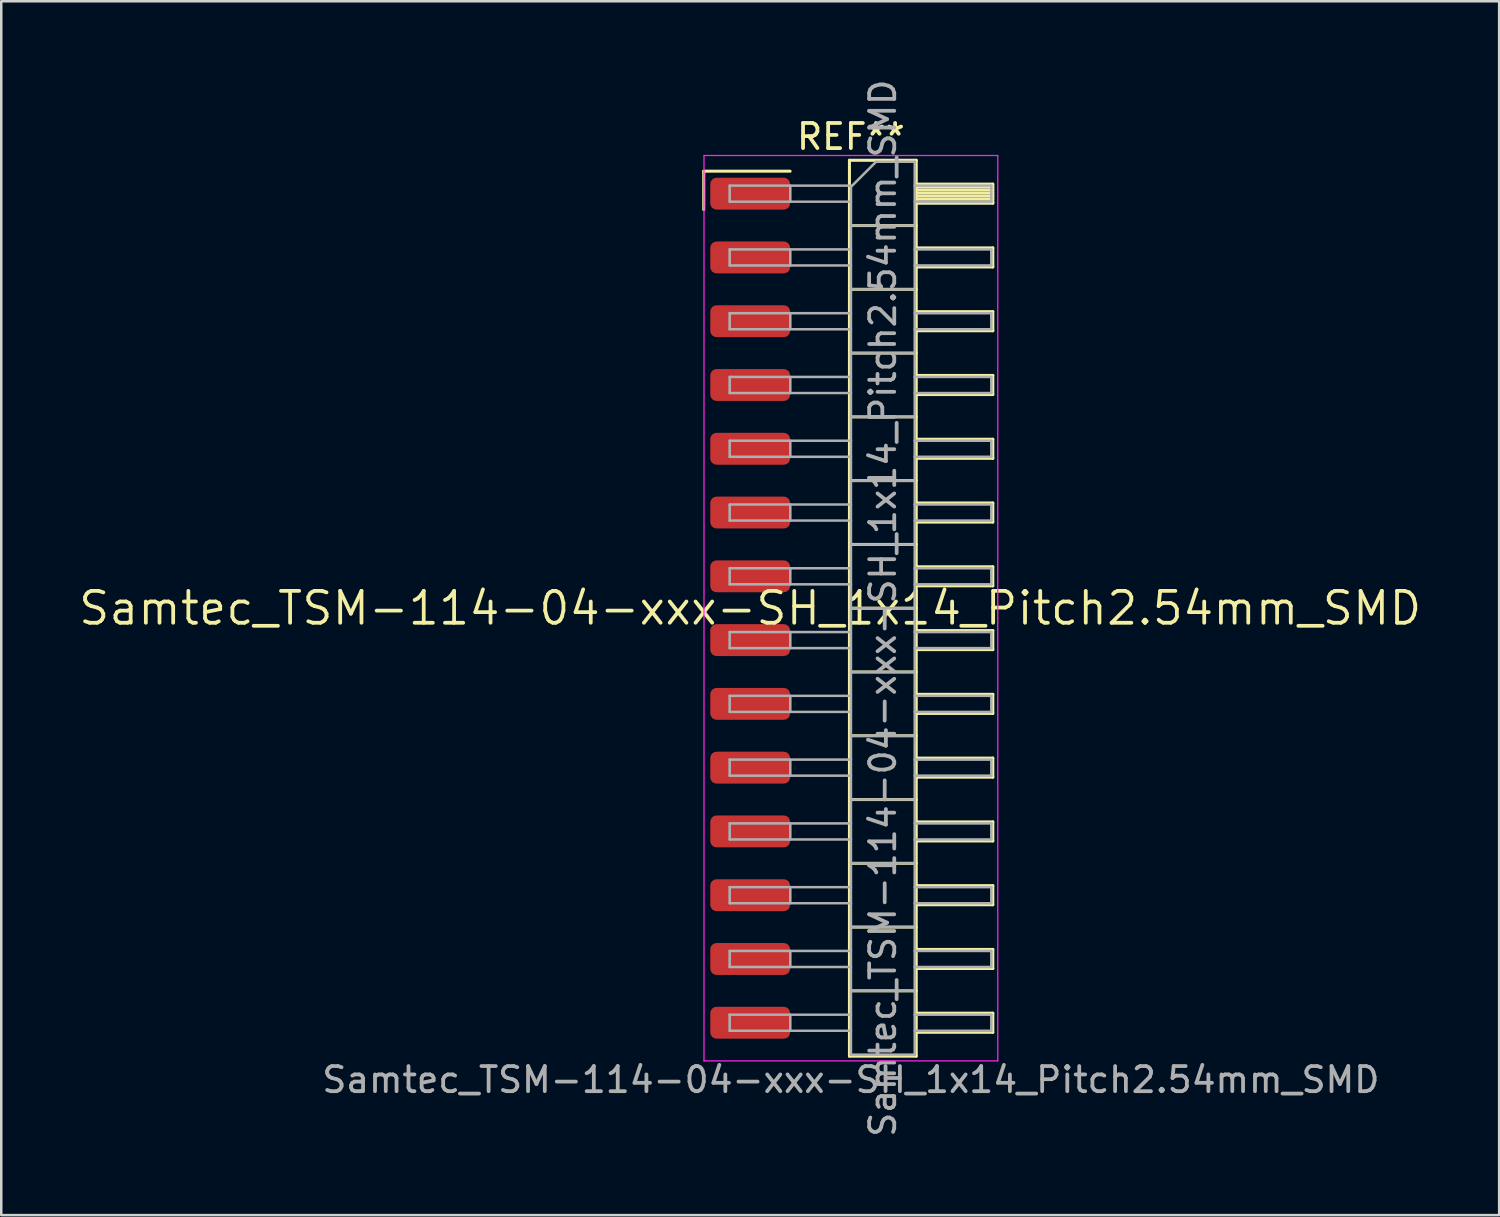
<source format=kicad_pcb>
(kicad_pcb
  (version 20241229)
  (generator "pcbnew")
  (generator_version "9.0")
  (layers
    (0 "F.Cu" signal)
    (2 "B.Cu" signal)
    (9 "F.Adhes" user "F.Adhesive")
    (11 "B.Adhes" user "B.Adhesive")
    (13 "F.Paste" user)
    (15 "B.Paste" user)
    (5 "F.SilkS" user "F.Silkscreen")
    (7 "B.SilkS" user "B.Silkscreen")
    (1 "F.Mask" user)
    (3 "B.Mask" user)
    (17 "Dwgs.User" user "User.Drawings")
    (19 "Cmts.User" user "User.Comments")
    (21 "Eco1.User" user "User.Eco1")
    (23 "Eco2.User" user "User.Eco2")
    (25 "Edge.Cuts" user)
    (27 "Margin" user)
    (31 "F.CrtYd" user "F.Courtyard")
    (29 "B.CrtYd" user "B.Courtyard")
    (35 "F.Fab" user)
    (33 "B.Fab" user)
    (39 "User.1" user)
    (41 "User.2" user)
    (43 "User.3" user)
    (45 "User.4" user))
  (footprint "Samtec_TSM-114-04-xxx-SH_1x14_Pitch2.54mm_SMD"
    (layer "F.Cu")
    (at 26.828 21.173)
    (property "Reference" "Samtec_TSM-114-04-xxx-SH_1x14_Pitch2.54mm_SMD" (at 0 0 0) (layer "F.SilkS") (effects (font (size 1.27 1.27) (thickness 0.15))))
    (attr smd)
    (fp_line (start -1.85 -17.405) (end 1.59 -17.405) (stroke (width 0.12) (type solid)) (layer "F.SilkS"))
    (fp_line (start -1.85 -15.875) (end -1.85 -17.405) (stroke (width 0.12) (type solid)) (layer "F.SilkS"))
    (fp_line (start 3.953 -17.84) (end 6.613 -17.84) (stroke (width 0.12) (type solid)) (layer "F.SilkS"))
    (fp_line (start 3.953 -15.24) (end 6.613 -15.24) (stroke (width 0.12) (type solid)) (layer "F.SilkS"))
    (fp_line (start 3.953 -12.7) (end 6.613 -12.7) (stroke (width 0.12) (type solid)) (layer "F.SilkS"))
    (fp_line (start 3.953 -10.16) (end 6.613 -10.16) (stroke (width 0.12) (type solid)) (layer "F.SilkS"))
    (fp_line (start 3.953 -7.62) (end 6.613 -7.62) (stroke (width 0.12) (type solid)) (layer "F.SilkS"))
    (fp_line (start 3.953 -5.08) (end 6.613 -5.08) (stroke (width 0.12) (type solid)) (layer "F.SilkS"))
    (fp_line (start 3.953 -2.54) (end 6.613 -2.54) (stroke (width 0.12) (type solid)) (layer "F.SilkS"))
    (fp_line (start 3.953 0) (end 6.613 0) (stroke (width 0.12) (type solid)) (layer "F.SilkS"))
    (fp_line (start 3.953 2.54) (end 6.613 2.54) (stroke (width 0.12) (type solid)) (layer "F.SilkS"))
    (fp_line (start 3.953 5.08) (end 6.613 5.08) (stroke (width 0.12) (type solid)) (layer "F.SilkS"))
    (fp_line (start 3.953 7.62) (end 6.613 7.62) (stroke (width 0.12) (type solid)) (layer "F.SilkS"))
    (fp_line (start 3.953 10.16) (end 6.613 10.16) (stroke (width 0.12) (type solid)) (layer "F.SilkS"))
    (fp_line (start 3.953 12.7) (end 6.613 12.7) (stroke (width 0.12) (type solid)) (layer "F.SilkS"))
    (fp_line (start 3.953 15.24) (end 6.613 15.24) (stroke (width 0.12) (type solid)) (layer "F.SilkS"))
    (fp_line (start 3.953 17.84) (end 3.953 -17.84) (stroke (width 0.12) (type solid)) (layer "F.SilkS"))
    (fp_line (start 6.613 -17.84) (end 6.613 17.84) (stroke (width 0.12) (type solid)) (layer "F.SilkS"))
    (fp_line (start 6.613 -16.89) (end 9.663 -16.89) (stroke (width 0.12) (type solid)) (layer "F.SilkS"))
    (fp_line (start 6.613 -16.77) (end 9.663 -16.77) (stroke (width 0.12) (type solid)) (layer "F.SilkS"))
    (fp_line (start 6.613 -16.65) (end 9.663 -16.65) (stroke (width 0.12) (type solid)) (layer "F.SilkS"))
    (fp_line (start 6.613 -16.53) (end 9.663 -16.53) (stroke (width 0.12) (type solid)) (layer "F.SilkS"))
    (fp_line (start 6.613 -16.41) (end 9.663 -16.41) (stroke (width 0.12) (type solid)) (layer "F.SilkS"))
    (fp_line (start 6.613 -16.29) (end 9.663 -16.29) (stroke (width 0.12) (type solid)) (layer "F.SilkS"))
    (fp_line (start 6.613 -16.17) (end 9.663 -16.17) (stroke (width 0.12) (type solid)) (layer "F.SilkS"))
    (fp_line (start 6.613 -16.13) (end 9.663 -16.13) (stroke (width 0.12) (type solid)) (layer "F.SilkS"))
    (fp_line (start 6.613 -14.35) (end 9.663 -14.35) (stroke (width 0.12) (type solid)) (layer "F.SilkS"))
    (fp_line (start 6.613 -13.59) (end 9.663 -13.59) (stroke (width 0.12) (type solid)) (layer "F.SilkS"))
    (fp_line (start 6.613 -11.81) (end 9.663 -11.81) (stroke (width 0.12) (type solid)) (layer "F.SilkS"))
    (fp_line (start 6.613 -11.05) (end 9.663 -11.05) (stroke (width 0.12) (type solid)) (layer "F.SilkS"))
    (fp_line (start 6.613 -9.27) (end 9.663 -9.27) (stroke (width 0.12) (type solid)) (layer "F.SilkS"))
    (fp_line (start 6.613 -8.51) (end 9.663 -8.51) (stroke (width 0.12) (type solid)) (layer "F.SilkS"))
    (fp_line (start 6.613 -6.73) (end 9.663 -6.73) (stroke (width 0.12) (type solid)) (layer "F.SilkS"))
    (fp_line (start 6.613 -5.97) (end 9.663 -5.97) (stroke (width 0.12) (type solid)) (layer "F.SilkS"))
    (fp_line (start 6.613 -4.19) (end 9.663 -4.19) (stroke (width 0.12) (type solid)) (layer "F.SilkS"))
    (fp_line (start 6.613 -3.43) (end 9.663 -3.43) (stroke (width 0.12) (type solid)) (layer "F.SilkS"))
    (fp_line (start 6.613 -1.65) (end 9.663 -1.65) (stroke (width 0.12) (type solid)) (layer "F.SilkS"))
    (fp_line (start 6.613 -0.89) (end 9.663 -0.89) (stroke (width 0.12) (type solid)) (layer "F.SilkS"))
    (fp_line (start 6.613 0.89) (end 9.663 0.89) (stroke (width 0.12) (type solid)) (layer "F.SilkS"))
    (fp_line (start 6.613 1.65) (end 9.663 1.65) (stroke (width 0.12) (type solid)) (layer "F.SilkS"))
    (fp_line (start 6.613 3.43) (end 9.663 3.43) (stroke (width 0.12) (type solid)) (layer "F.SilkS"))
    (fp_line (start 6.613 4.19) (end 9.663 4.19) (stroke (width 0.12) (type solid)) (layer "F.SilkS"))
    (fp_line (start 6.613 5.97) (end 9.663 5.97) (stroke (width 0.12) (type solid)) (layer "F.SilkS"))
    (fp_line (start 6.613 6.73) (end 9.663 6.73) (stroke (width 0.12) (type solid)) (layer "F.SilkS"))
    (fp_line (start 6.613 8.51) (end 9.663 8.51) (stroke (width 0.12) (type solid)) (layer "F.SilkS"))
    (fp_line (start 6.613 9.27) (end 9.663 9.27) (stroke (width 0.12) (type solid)) (layer "F.SilkS"))
    (fp_line (start 6.613 11.05) (end 9.663 11.05) (stroke (width 0.12) (type solid)) (layer "F.SilkS"))
    (fp_line (start 6.613 11.81) (end 9.663 11.81) (stroke (width 0.12) (type solid)) (layer "F.SilkS"))
    (fp_line (start 6.613 13.59) (end 9.663 13.59) (stroke (width 0.12) (type solid)) (layer "F.SilkS"))
    (fp_line (start 6.613 14.35) (end 9.663 14.35) (stroke (width 0.12) (type solid)) (layer "F.SilkS"))
    (fp_line (start 6.613 16.13) (end 9.663 16.13) (stroke (width 0.12) (type solid)) (layer "F.SilkS"))
    (fp_line (start 6.613 16.89) (end 9.663 16.89) (stroke (width 0.12) (type solid)) (layer "F.SilkS"))
    (fp_line (start 6.613 17.84) (end 3.953 17.84) (stroke (width 0.12) (type solid)) (layer "F.SilkS"))
    (fp_line (start 9.663 -16.89) (end 9.663 -16.13) (stroke (width 0.12) (type solid)) (layer "F.SilkS"))
    (fp_line (start 9.663 -14.35) (end 9.663 -13.59) (stroke (width 0.12) (type solid)) (layer "F.SilkS"))
    (fp_line (start 9.663 -11.81) (end 9.663 -11.05) (stroke (width 0.12) (type solid)) (layer "F.SilkS"))
    (fp_line (start 9.663 -9.27) (end 9.663 -8.51) (stroke (width 0.12) (type solid)) (layer "F.SilkS"))
    (fp_line (start 9.663 -6.73) (end 9.663 -5.97) (stroke (width 0.12) (type solid)) (layer "F.SilkS"))
    (fp_line (start 9.663 -4.19) (end 9.663 -3.43) (stroke (width 0.12) (type solid)) (layer "F.SilkS"))
    (fp_line (start 9.663 -1.65) (end 9.663 -0.89) (stroke (width 0.12) (type solid)) (layer "F.SilkS"))
    (fp_line (start 9.663 0.89) (end 9.663 1.65) (stroke (width 0.12) (type solid)) (layer "F.SilkS"))
    (fp_line (start 9.663 3.43) (end 9.663 4.19) (stroke (width 0.12) (type solid)) (layer "F.SilkS"))
    (fp_line (start 9.663 5.97) (end 9.663 6.73) (stroke (width 0.12) (type solid)) (layer "F.SilkS"))
    (fp_line (start 9.663 8.51) (end 9.663 9.27) (stroke (width 0.12) (type solid)) (layer "F.SilkS"))
    (fp_line (start 9.663 11.05) (end 9.663 11.81) (stroke (width 0.12) (type solid)) (layer "F.SilkS"))
    (fp_line (start 9.663 13.59) (end 9.663 14.35) (stroke (width 0.12) (type solid)) (layer "F.SilkS"))
    (fp_line (start 9.663 16.13) (end 9.663 16.89) (stroke (width 0.12) (type solid)) (layer "F.SilkS"))
    (fp_line (start -1.84 -18.03) (end 9.86 -18.03) (stroke (width 0.05) (type solid)) (layer "F.CrtYd"))
    (fp_line (start -1.84 18.03) (end -1.84 -18.03) (stroke (width 0.05) (type solid)) (layer "F.CrtYd"))
    (fp_line (start 9.86 -18.03) (end 9.86 18.03) (stroke (width 0.05) (type solid)) (layer "F.CrtYd"))
    (fp_line (start 9.86 18.03) (end -1.84 18.03) (stroke (width 0.05) (type solid)) (layer "F.CrtYd"))
    (fp_line (start -0.817 -16.83) (end -0.817 -16.19) (stroke (width 0.1) (type solid)) (layer "F.Fab"))
    (fp_line (start -0.817 -16.83) (end 4.013 -16.83) (stroke (width 0.1) (type solid)) (layer "F.Fab"))
    (fp_line (start -0.817 -16.19) (end 4.013 -16.19) (stroke (width 0.1) (type solid)) (layer "F.Fab"))
    (fp_line (start -0.817 -14.29) (end -0.817 -13.65) (stroke (width 0.1) (type solid)) (layer "F.Fab"))
    (fp_line (start -0.817 -14.29) (end 4.013 -14.29) (stroke (width 0.1) (type solid)) (layer "F.Fab"))
    (fp_line (start -0.817 -13.65) (end 4.013 -13.65) (stroke (width 0.1) (type solid)) (layer "F.Fab"))
    (fp_line (start -0.817 -11.75) (end -0.817 -11.11) (stroke (width 0.1) (type solid)) (layer "F.Fab"))
    (fp_line (start -0.817 -11.75) (end 4.013 -11.75) (stroke (width 0.1) (type solid)) (layer "F.Fab"))
    (fp_line (start -0.817 -11.11) (end 4.013 -11.11) (stroke (width 0.1) (type solid)) (layer "F.Fab"))
    (fp_line (start -0.817 -9.21) (end -0.817 -8.57) (stroke (width 0.1) (type solid)) (layer "F.Fab"))
    (fp_line (start -0.817 -9.21) (end 4.013 -9.21) (stroke (width 0.1) (type solid)) (layer "F.Fab"))
    (fp_line (start -0.817 -8.57) (end 4.013 -8.57) (stroke (width 0.1) (type solid)) (layer "F.Fab"))
    (fp_line (start -0.817 -6.67) (end -0.817 -6.03) (stroke (width 0.1) (type solid)) (layer "F.Fab"))
    (fp_line (start -0.817 -6.67) (end 4.013 -6.67) (stroke (width 0.1) (type solid)) (layer "F.Fab"))
    (fp_line (start -0.817 -6.03) (end 4.013 -6.03) (stroke (width 0.1) (type solid)) (layer "F.Fab"))
    (fp_line (start -0.817 -4.13) (end -0.817 -3.49) (stroke (width 0.1) (type solid)) (layer "F.Fab"))
    (fp_line (start -0.817 -4.13) (end 4.013 -4.13) (stroke (width 0.1) (type solid)) (layer "F.Fab"))
    (fp_line (start -0.817 -3.49) (end 4.013 -3.49) (stroke (width 0.1) (type solid)) (layer "F.Fab"))
    (fp_line (start -0.817 -1.59) (end -0.817 -0.95) (stroke (width 0.1) (type solid)) (layer "F.Fab"))
    (fp_line (start -0.817 -1.59) (end 4.013 -1.59) (stroke (width 0.1) (type solid)) (layer "F.Fab"))
    (fp_line (start -0.817 -0.95) (end 4.013 -0.95) (stroke (width 0.1) (type solid)) (layer "F.Fab"))
    (fp_line (start -0.817 0.95) (end -0.817 1.59) (stroke (width 0.1) (type solid)) (layer "F.Fab"))
    (fp_line (start -0.817 0.95) (end 4.013 0.95) (stroke (width 0.1) (type solid)) (layer "F.Fab"))
    (fp_line (start -0.817 1.59) (end 4.013 1.59) (stroke (width 0.1) (type solid)) (layer "F.Fab"))
    (fp_line (start -0.817 3.49) (end -0.817 4.13) (stroke (width 0.1) (type solid)) (layer "F.Fab"))
    (fp_line (start -0.817 3.49) (end 4.013 3.49) (stroke (width 0.1) (type solid)) (layer "F.Fab"))
    (fp_line (start -0.817 4.13) (end 4.013 4.13) (stroke (width 0.1) (type solid)) (layer "F.Fab"))
    (fp_line (start -0.817 6.03) (end -0.817 6.67) (stroke (width 0.1) (type solid)) (layer "F.Fab"))
    (fp_line (start -0.817 6.03) (end 4.013 6.03) (stroke (width 0.1) (type solid)) (layer "F.Fab"))
    (fp_line (start -0.817 6.67) (end 4.013 6.67) (stroke (width 0.1) (type solid)) (layer "F.Fab"))
    (fp_line (start -0.817 8.57) (end -0.817 9.21) (stroke (width 0.1) (type solid)) (layer "F.Fab"))
    (fp_line (start -0.817 8.57) (end 4.013 8.57) (stroke (width 0.1) (type solid)) (layer "F.Fab"))
    (fp_line (start -0.817 9.21) (end 4.013 9.21) (stroke (width 0.1) (type solid)) (layer "F.Fab"))
    (fp_line (start -0.817 11.11) (end -0.817 11.75) (stroke (width 0.1) (type solid)) (layer "F.Fab"))
    (fp_line (start -0.817 11.11) (end 4.013 11.11) (stroke (width 0.1) (type solid)) (layer "F.Fab"))
    (fp_line (start -0.817 11.75) (end 4.013 11.75) (stroke (width 0.1) (type solid)) (layer "F.Fab"))
    (fp_line (start -0.817 13.65) (end -0.817 14.29) (stroke (width 0.1) (type solid)) (layer "F.Fab"))
    (fp_line (start -0.817 13.65) (end 4.013 13.65) (stroke (width 0.1) (type solid)) (layer "F.Fab"))
    (fp_line (start -0.817 14.29) (end 4.013 14.29) (stroke (width 0.1) (type solid)) (layer "F.Fab"))
    (fp_line (start -0.817 16.19) (end -0.817 16.83) (stroke (width 0.1) (type solid)) (layer "F.Fab"))
    (fp_line (start -0.817 16.19) (end 4.013 16.19) (stroke (width 0.1) (type solid)) (layer "F.Fab"))
    (fp_line (start -0.817 16.83) (end 4.013 16.83) (stroke (width 0.1) (type solid)) (layer "F.Fab"))
    (fp_line (start 1.598 -16.83) (end 1.598 -16.19) (stroke (width 0.1) (type solid)) (layer "F.Fab"))
    (fp_line (start 1.598 -14.29) (end 1.598 -13.65) (stroke (width 0.1) (type solid)) (layer "F.Fab"))
    (fp_line (start 1.598 -11.75) (end 1.598 -11.11) (stroke (width 0.1) (type solid)) (layer "F.Fab"))
    (fp_line (start 1.598 -9.21) (end 1.598 -8.57) (stroke (width 0.1) (type solid)) (layer "F.Fab"))
    (fp_line (start 1.598 -6.67) (end 1.598 -6.03) (stroke (width 0.1) (type solid)) (layer "F.Fab"))
    (fp_line (start 1.598 -4.13) (end 1.598 -3.49) (stroke (width 0.1) (type solid)) (layer "F.Fab"))
    (fp_line (start 1.598 -1.59) (end 1.598 -0.95) (stroke (width 0.1) (type solid)) (layer "F.Fab"))
    (fp_line (start 1.598 0.95) (end 1.598 1.59) (stroke (width 0.1) (type solid)) (layer "F.Fab"))
    (fp_line (start 1.598 3.49) (end 1.598 4.13) (stroke (width 0.1) (type solid)) (layer "F.Fab"))
    (fp_line (start 1.598 6.03) (end 1.598 6.67) (stroke (width 0.1) (type solid)) (layer "F.Fab"))
    (fp_line (start 1.598 8.57) (end 1.598 9.21) (stroke (width 0.1) (type solid)) (layer "F.Fab"))
    (fp_line (start 1.598 11.11) (end 1.598 11.75) (stroke (width 0.1) (type solid)) (layer "F.Fab"))
    (fp_line (start 1.598 13.65) (end 1.598 14.29) (stroke (width 0.1) (type solid)) (layer "F.Fab"))
    (fp_line (start 1.598 16.19) (end 1.598 16.83) (stroke (width 0.1) (type solid)) (layer "F.Fab"))
    (fp_line (start 4.013 -16.78) (end 5.013 -17.78) (stroke (width 0.1) (type solid)) (layer "F.Fab"))
    (fp_line (start 4.013 -15.24) (end 6.553 -15.24) (stroke (width 0.1) (type solid)) (layer "F.Fab"))
    (fp_line (start 4.013 -12.7) (end 6.553 -12.7) (stroke (width 0.1) (type solid)) (layer "F.Fab"))
    (fp_line (start 4.013 -10.16) (end 6.553 -10.16) (stroke (width 0.1) (type solid)) (layer "F.Fab"))
    (fp_line (start 4.013 -7.62) (end 6.553 -7.62) (stroke (width 0.1) (type solid)) (layer "F.Fab"))
    (fp_line (start 4.013 -5.08) (end 6.553 -5.08) (stroke (width 0.1) (type solid)) (layer "F.Fab"))
    (fp_line (start 4.013 -2.54) (end 6.553 -2.54) (stroke (width 0.1) (type solid)) (layer "F.Fab"))
    (fp_line (start 4.013 0) (end 6.553 0) (stroke (width 0.1) (type solid)) (layer "F.Fab"))
    (fp_line (start 4.013 2.54) (end 6.553 2.54) (stroke (width 0.1) (type solid)) (layer "F.Fab"))
    (fp_line (start 4.013 5.08) (end 6.553 5.08) (stroke (width 0.1) (type solid)) (layer "F.Fab"))
    (fp_line (start 4.013 7.62) (end 6.553 7.62) (stroke (width 0.1) (type solid)) (layer "F.Fab"))
    (fp_line (start 4.013 10.16) (end 6.553 10.16) (stroke (width 0.1) (type solid)) (layer "F.Fab"))
    (fp_line (start 4.013 12.7) (end 6.553 12.7) (stroke (width 0.1) (type solid)) (layer "F.Fab"))
    (fp_line (start 4.013 15.24) (end 6.553 15.24) (stroke (width 0.1) (type solid)) (layer "F.Fab"))
    (fp_line (start 4.013 17.78) (end 4.013 -16.78) (stroke (width 0.1) (type solid)) (layer "F.Fab"))
    (fp_line (start 5.013 -17.78) (end 6.553 -17.78) (stroke (width 0.1) (type solid)) (layer "F.Fab"))
    (fp_line (start 6.553 -17.78) (end 6.553 17.78) (stroke (width 0.1) (type solid)) (layer "F.Fab"))
    (fp_line (start 6.553 -16.83) (end 9.603 -16.83) (stroke (width 0.1) (type solid)) (layer "F.Fab"))
    (fp_line (start 6.553 -16.19) (end 9.603 -16.19) (stroke (width 0.1) (type solid)) (layer "F.Fab"))
    (fp_line (start 6.553 -14.29) (end 9.603 -14.29) (stroke (width 0.1) (type solid)) (layer "F.Fab"))
    (fp_line (start 6.553 -13.65) (end 9.603 -13.65) (stroke (width 0.1) (type solid)) (layer "F.Fab"))
    (fp_line (start 6.553 -11.75) (end 9.603 -11.75) (stroke (width 0.1) (type solid)) (layer "F.Fab"))
    (fp_line (start 6.553 -11.11) (end 9.603 -11.11) (stroke (width 0.1) (type solid)) (layer "F.Fab"))
    (fp_line (start 6.553 -9.21) (end 9.603 -9.21) (stroke (width 0.1) (type solid)) (layer "F.Fab"))
    (fp_line (start 6.553 -8.57) (end 9.603 -8.57) (stroke (width 0.1) (type solid)) (layer "F.Fab"))
    (fp_line (start 6.553 -6.67) (end 9.603 -6.67) (stroke (width 0.1) (type solid)) (layer "F.Fab"))
    (fp_line (start 6.553 -6.03) (end 9.603 -6.03) (stroke (width 0.1) (type solid)) (layer "F.Fab"))
    (fp_line (start 6.553 -4.13) (end 9.603 -4.13) (stroke (width 0.1) (type solid)) (layer "F.Fab"))
    (fp_line (start 6.553 -3.49) (end 9.603 -3.49) (stroke (width 0.1) (type solid)) (layer "F.Fab"))
    (fp_line (start 6.553 -1.59) (end 9.603 -1.59) (stroke (width 0.1) (type solid)) (layer "F.Fab"))
    (fp_line (start 6.553 -0.95) (end 9.603 -0.95) (stroke (width 0.1) (type solid)) (layer "F.Fab"))
    (fp_line (start 6.553 0.95) (end 9.603 0.95) (stroke (width 0.1) (type solid)) (layer "F.Fab"))
    (fp_line (start 6.553 1.59) (end 9.603 1.59) (stroke (width 0.1) (type solid)) (layer "F.Fab"))
    (fp_line (start 6.553 3.49) (end 9.603 3.49) (stroke (width 0.1) (type solid)) (layer "F.Fab"))
    (fp_line (start 6.553 4.13) (end 9.603 4.13) (stroke (width 0.1) (type solid)) (layer "F.Fab"))
    (fp_line (start 6.553 6.03) (end 9.603 6.03) (stroke (width 0.1) (type solid)) (layer "F.Fab"))
    (fp_line (start 6.553 6.67) (end 9.603 6.67) (stroke (width 0.1) (type solid)) (layer "F.Fab"))
    (fp_line (start 6.553 8.57) (end 9.603 8.57) (stroke (width 0.1) (type solid)) (layer "F.Fab"))
    (fp_line (start 6.553 9.21) (end 9.603 9.21) (stroke (width 0.1) (type solid)) (layer "F.Fab"))
    (fp_line (start 6.553 11.11) (end 9.603 11.11) (stroke (width 0.1) (type solid)) (layer "F.Fab"))
    (fp_line (start 6.553 11.75) (end 9.603 11.75) (stroke (width 0.1) (type solid)) (layer "F.Fab"))
    (fp_line (start 6.553 13.65) (end 9.603 13.65) (stroke (width 0.1) (type solid)) (layer "F.Fab"))
    (fp_line (start 6.553 14.29) (end 9.603 14.29) (stroke (width 0.1) (type solid)) (layer "F.Fab"))
    (fp_line (start 6.553 16.19) (end 9.603 16.19) (stroke (width 0.1) (type solid)) (layer "F.Fab"))
    (fp_line (start 6.553 16.83) (end 9.603 16.83) (stroke (width 0.1) (type solid)) (layer "F.Fab"))
    (fp_line (start 6.553 17.78) (end 4.013 17.78) (stroke (width 0.1) (type solid)) (layer "F.Fab"))
    (fp_line (start 9.603 -16.83) (end 9.603 -16.19) (stroke (width 0.1) (type solid)) (layer "F.Fab"))
    (fp_line (start 9.603 -14.29) (end 9.603 -13.65) (stroke (width 0.1) (type solid)) (layer "F.Fab"))
    (fp_line (start 9.603 -11.75) (end 9.603 -11.11) (stroke (width 0.1) (type solid)) (layer "F.Fab"))
    (fp_line (start 9.603 -9.21) (end 9.603 -8.57) (stroke (width 0.1) (type solid)) (layer "F.Fab"))
    (fp_line (start 9.603 -6.67) (end 9.603 -6.03) (stroke (width 0.1) (type solid)) (layer "F.Fab"))
    (fp_line (start 9.603 -4.13) (end 9.603 -3.49) (stroke (width 0.1) (type solid)) (layer "F.Fab"))
    (fp_line (start 9.603 -1.59) (end 9.603 -0.95) (stroke (width 0.1) (type solid)) (layer "F.Fab"))
    (fp_line (start 9.603 0.95) (end 9.603 1.59) (stroke (width 0.1) (type solid)) (layer "F.Fab"))
    (fp_line (start 9.603 3.49) (end 9.603 4.13) (stroke (width 0.1) (type solid)) (layer "F.Fab"))
    (fp_line (start 9.603 6.03) (end 9.603 6.67) (stroke (width 0.1) (type solid)) (layer "F.Fab"))
    (fp_line (start 9.603 8.57) (end 9.603 9.21) (stroke (width 0.1) (type solid)) (layer "F.Fab"))
    (fp_line (start 9.603 11.11) (end 9.603 11.75) (stroke (width 0.1) (type solid)) (layer "F.Fab"))
    (fp_line (start 9.603 13.65) (end 9.603 14.29) (stroke (width 0.1) (type solid)) (layer "F.Fab"))
    (fp_line (start 9.603 16.19) (end 9.603 16.83) (stroke (width 0.1) (type solid)) (layer "F.Fab"))
    (fp_text user "REF**" (at 4.01 -18.78 0) (layer "F.SilkS") (effects (font (size 1 1) (thickness 0.15))))
    (fp_text user "${REFERENCE}" (at 5.283 0 90) (layer "F.Fab") (effects (font (size 1 1) (thickness 0.15))))
    (fp_text user "Samtec_TSM-114-04-xxx-SH_1x14_Pitch2.54mm_SMD" (at 4.01 18.78 0) (layer "F.Fab") (effects (font (size 1 1) (thickness 0.15))))
    (pad "1" smd roundrect (at 0 -16.51) (size 3.18 1.27) (layers "F.Cu" "F.Mask" "F.Paste") (roundrect_rratio 0.197))
    (pad "2" smd roundrect (at 0 -13.97) (size 3.18 1.27) (layers "F.Cu" "F.Mask" "F.Paste") (roundrect_rratio 0.197))
    (pad "3" smd roundrect (at 0 -11.43) (size 3.18 1.27) (layers "F.Cu" "F.Mask" "F.Paste") (roundrect_rratio 0.197))
    (pad "4" smd roundrect (at 0 -8.89) (size 3.18 1.27) (layers "F.Cu" "F.Mask" "F.Paste") (roundrect_rratio 0.197))
    (pad "5" smd roundrect (at 0 -6.35) (size 3.18 1.27) (layers "F.Cu" "F.Mask" "F.Paste") (roundrect_rratio 0.197))
    (pad "6" smd roundrect (at 0 -3.81) (size 3.18 1.27) (layers "F.Cu" "F.Mask" "F.Paste") (roundrect_rratio 0.197))
    (pad "7" smd roundrect (at 0 -1.27) (size 3.18 1.27) (layers "F.Cu" "F.Mask" "F.Paste") (roundrect_rratio 0.197))
    (pad "8" smd roundrect (at 0 1.27) (size 3.18 1.27) (layers "F.Cu" "F.Mask" "F.Paste") (roundrect_rratio 0.197))
    (pad "9" smd roundrect (at 0 3.81) (size 3.18 1.27) (layers "F.Cu" "F.Mask" "F.Paste") (roundrect_rratio 0.197))
    (pad "10" smd roundrect (at 0 6.35) (size 3.18 1.27) (layers "F.Cu" "F.Mask" "F.Paste") (roundrect_rratio 0.197))
    (pad "11" smd roundrect (at 0 8.89) (size 3.18 1.27) (layers "F.Cu" "F.Mask" "F.Paste") (roundrect_rratio 0.197))
    (pad "12" smd roundrect (at 0 11.43) (size 3.18 1.27) (layers "F.Cu" "F.Mask" "F.Paste") (roundrect_rratio 0.197))
    (pad "13" smd roundrect (at 0 13.97) (size 3.18 1.27) (layers "F.Cu" "F.Mask" "F.Paste") (roundrect_rratio 0.197))
    (pad "14" smd roundrect (at 0 16.51) (size 3.18 1.27) (layers "F.Cu" "F.Mask" "F.Paste") (roundrect_rratio 0.197)))
  (gr_rect
    (start -3 -3)
    (end 56.657 45.345)
    (stroke (width 0.1) (type default))
    (fill no)
    (layer "Edge.Cuts")))
</source>
